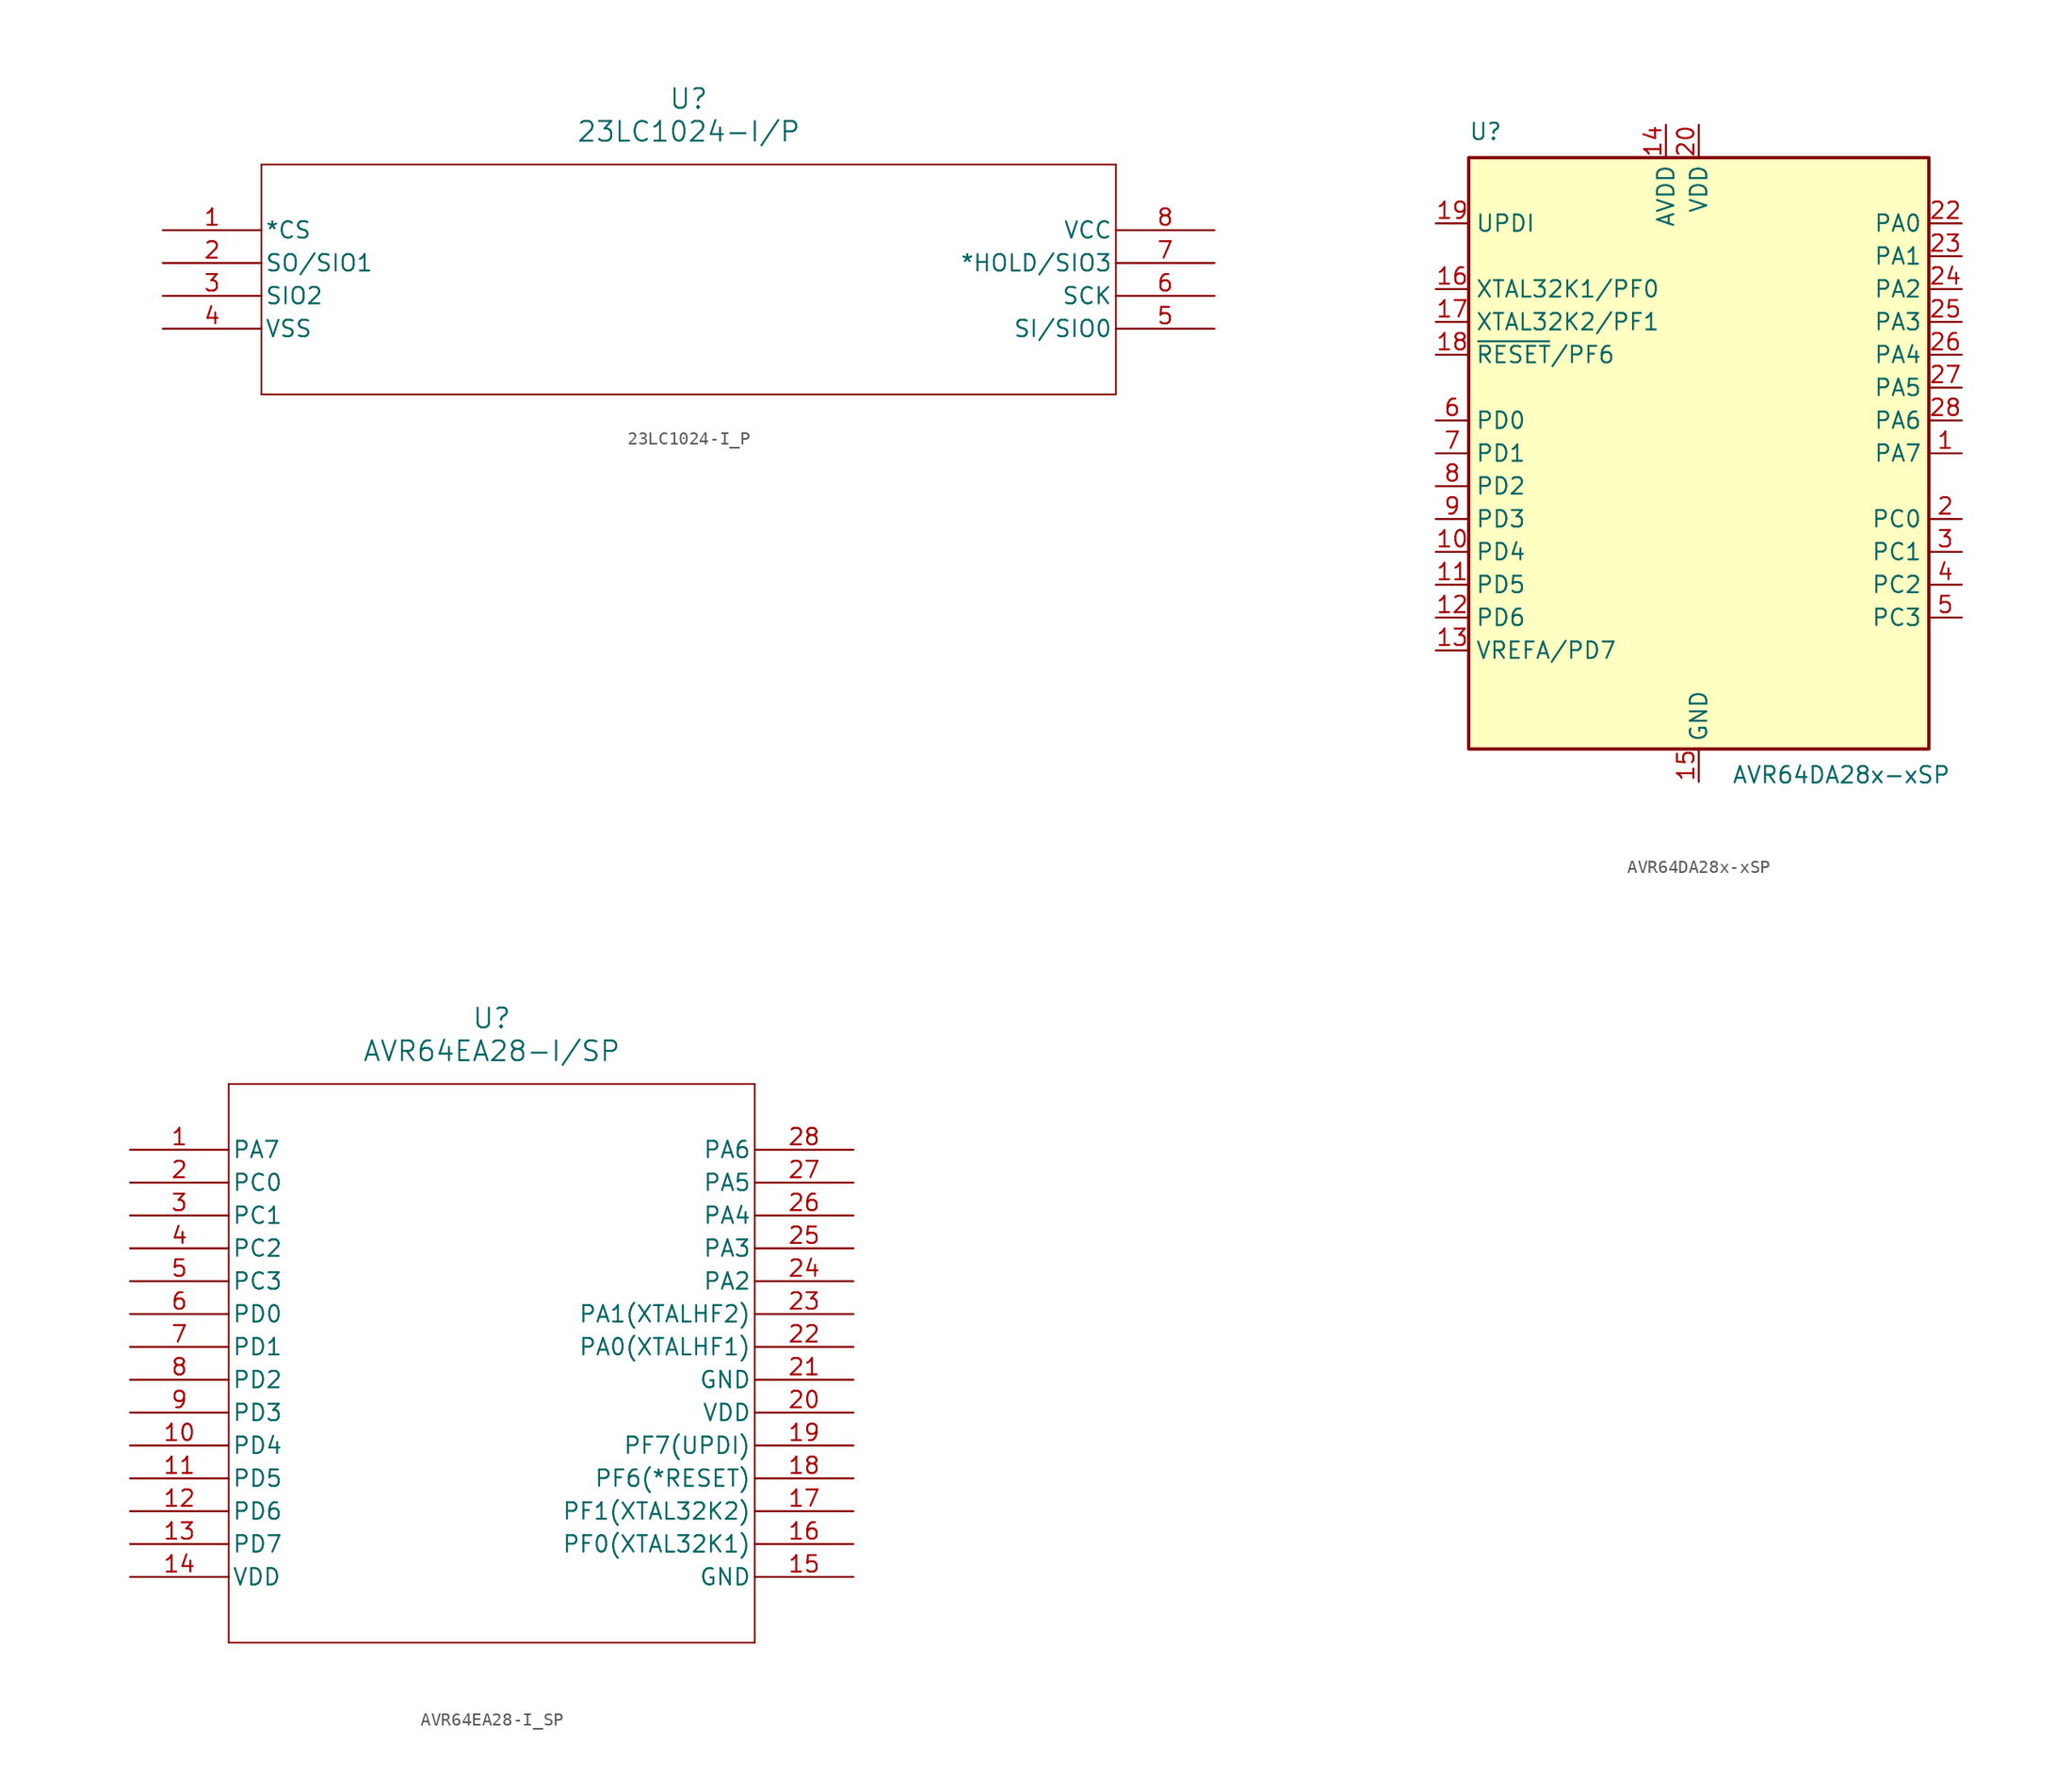
<source format=kicad_sym>
(kicad_symbol_lib
  (version 20220914)
  (generator kicad_symbol_editor)
  (symbol "23LC1024-I_P"
    (pin_names
      (offset 0.254))
    (property "Reference" "U"
      (at 40.64 10.16 0)
      (effects (font (size 1.524 1.524))))
    (property "Value" "23LC1024-I/P"
      (at 40.64 7.62 0)
      (effects (font (size 1.524 1.524))))
    (property "ki_locked" ""
      (at 0 0 0)
      (effects (font (size 1.27 1.27))))
    (symbol "23LC1024-I_P_0_1"
      (polyline (pts (xy 7.62 -12.7) (xy 73.66 -12.7)) (stroke (width 0.127) (type default)) (fill (type none)))
      (polyline (pts (xy 7.62 5.08) (xy 7.62 -12.7)) (stroke (width 0.127) (type default)) (fill (type none)))
      (polyline (pts (xy 73.66 -12.7) (xy 73.66 5.08)) (stroke (width 0.127) (type default)) (fill (type none)))
      (polyline (pts (xy 73.66 5.08) (xy 7.62 5.08)) (stroke (width 0.127) (type default)) (fill (type none)))
      (pin input line (at 0 0 0) (length 7.62) (name "*CS" (effects (font (size 1.27 1.27)))) (number "1" (effects (font (size 1.27 1.27)))))
      (pin bidirectional line (at 0 -2.54 0) (length 7.62) (name "SO/SIO1" (effects (font (size 1.27 1.27)))) (number "2" (effects (font (size 1.27 1.27)))))
      (pin bidirectional line (at 0 -5.08 0) (length 7.62) (name "SIO2" (effects (font (size 1.27 1.27)))) (number "3" (effects (font (size 1.27 1.27)))))
      (pin power_in line (at 0 -7.62 0) (length 7.62) (name "VSS" (effects (font (size 1.27 1.27)))) (number "4" (effects (font (size 1.27 1.27)))))
      (pin bidirectional line (at 81.28 -7.62 180) (length 7.62) (name "SI/SIO0" (effects (font (size 1.27 1.27)))) (number "5" (effects (font (size 1.27 1.27)))))
      (pin unspecified line (at 81.28 -5.08 180) (length 7.62) (name "SCK" (effects (font (size 1.27 1.27)))) (number "6" (effects (font (size 1.27 1.27)))))
      (pin bidirectional line (at 81.28 -2.54 180) (length 7.62) (name "*HOLD/SIO3" (effects (font (size 1.27 1.27)))) (number "7" (effects (font (size 1.27 1.27)))))
      (pin power_in line (at 81.28 0 180) (length 7.62) (name "VCC" (effects (font (size 1.27 1.27)))) (number "8" (effects (font (size 1.27 1.27)))))))
  (symbol "AVR64DA28x-xSP"
    (property "Reference" "U"
      (at -17.78 24.13 0)
      (effects (font (size 1.27 1.27)) (justify left bottom)))
    (property "Value" "AVR64DA28x-xSP"
      (at 2.54 -24.13 0)
      (effects (font (size 1.27 1.27)) (justify left top)))
    (symbol "AVR64DA28x-xSP_0_1"
      (rectangle (start -17.78 22.86) (end 17.78 -22.86) (stroke (width 0.254) (type default)) (fill (type background))))
    (symbol "AVR64DA28x-xSP_1_1"
      (pin bidirectional line (at 20.32 0 180) (length 2.54) (name "PA7" (effects (font (size 1.27 1.27)))) (number "1" (effects (font (size 1.27 1.27)))))
      (pin bidirectional line (at -20.32 -7.62 0) (length 2.54) (name "PD4" (effects (font (size 1.27 1.27)))) (number "10" (effects (font (size 1.27 1.27)))))
      (pin bidirectional line (at -20.32 -10.16 0) (length 2.54) (name "PD5" (effects (font (size 1.27 1.27)))) (number "11" (effects (font (size 1.27 1.27)))))
      (pin bidirectional line (at -20.32 -12.7 0) (length 2.54) (name "PD6" (effects (font (size 1.27 1.27)))) (number "12" (effects (font (size 1.27 1.27)))))
      (pin bidirectional line (at -20.32 -15.24 0) (length 2.54) (name "VREFA/PD7" (effects (font (size 1.27 1.27)))) (number "13" (effects (font (size 1.27 1.27)))))
      (pin power_in line (at -2.54 25.4 270) (length 2.54) (name "AVDD" (effects (font (size 1.27 1.27)))) (number "14" (effects (font (size 1.27 1.27)))))
      (pin power_in line (at 0 -25.4 90) (length 2.54) (name "GND" (effects (font (size 1.27 1.27)))) (number "15" (effects (font (size 1.27 1.27)))))
      (pin bidirectional line (at -20.32 12.7 0) (length 2.54) (name "XTAL32K1/PF0" (effects (font (size 1.27 1.27)))) (number "16" (effects (font (size 1.27 1.27)))))
      (pin bidirectional line (at -20.32 10.16 0) (length 2.54) (name "XTAL32K2/PF1" (effects (font (size 1.27 1.27)))) (number "17" (effects (font (size 1.27 1.27)))))
      (pin bidirectional line (at -20.32 7.62 0) (length 2.54) (name "~{RESET}/PF6" (effects (font (size 1.27 1.27)))) (number "18" (effects (font (size 1.27 1.27)))))
      (pin input line (at -20.32 17.78 0) (length 2.54) (name "UPDI" (effects (font (size 1.27 1.27)))) (number "19" (effects (font (size 1.27 1.27)))))
      (pin bidirectional line (at 20.32 -5.08 180) (length 2.54) (name "PC0" (effects (font (size 1.27 1.27)))) (number "2" (effects (font (size 1.27 1.27)))))
      (pin power_in line (at 0 25.4 270) (length 2.54) (name "VDD" (effects (font (size 1.27 1.27)))) (number "20" (effects (font (size 1.27 1.27)))))
      (pin passive line (at 0 -25.4 90) (length 2.54) hide (name "GND" (effects (font (size 1.27 1.27)))) (number "21" (effects (font (size 1.27 1.27)))))
      (pin bidirectional line (at 20.32 17.78 180) (length 2.54) (name "PA0" (effects (font (size 1.27 1.27)))) (number "22" (effects (font (size 1.27 1.27)))))
      (pin bidirectional line (at 20.32 15.24 180) (length 2.54) (name "PA1" (effects (font (size 1.27 1.27)))) (number "23" (effects (font (size 1.27 1.27)))))
      (pin bidirectional line (at 20.32 12.7 180) (length 2.54) (name "PA2" (effects (font (size 1.27 1.27)))) (number "24" (effects (font (size 1.27 1.27)))))
      (pin bidirectional line (at 20.32 10.16 180) (length 2.54) (name "PA3" (effects (font (size 1.27 1.27)))) (number "25" (effects (font (size 1.27 1.27)))))
      (pin bidirectional line (at 20.32 7.62 180) (length 2.54) (name "PA4" (effects (font (size 1.27 1.27)))) (number "26" (effects (font (size 1.27 1.27)))))
      (pin bidirectional line (at 20.32 5.08 180) (length 2.54) (name "PA5" (effects (font (size 1.27 1.27)))) (number "27" (effects (font (size 1.27 1.27)))))
      (pin bidirectional line (at 20.32 2.54 180) (length 2.54) (name "PA6" (effects (font (size 1.27 1.27)))) (number "28" (effects (font (size 1.27 1.27)))))
      (pin bidirectional line (at 20.32 -7.62 180) (length 2.54) (name "PC1" (effects (font (size 1.27 1.27)))) (number "3" (effects (font (size 1.27 1.27)))))
      (pin bidirectional line (at 20.32 -10.16 180) (length 2.54) (name "PC2" (effects (font (size 1.27 1.27)))) (number "4" (effects (font (size 1.27 1.27)))))
      (pin bidirectional line (at 20.32 -12.7 180) (length 2.54) (name "PC3" (effects (font (size 1.27 1.27)))) (number "5" (effects (font (size 1.27 1.27)))))
      (pin bidirectional line (at -20.32 2.54 0) (length 2.54) (name "PD0" (effects (font (size 1.27 1.27)))) (number "6" (effects (font (size 1.27 1.27)))))
      (pin bidirectional line (at -20.32 0 0) (length 2.54) (name "PD1" (effects (font (size 1.27 1.27)))) (number "7" (effects (font (size 1.27 1.27)))))
      (pin bidirectional line (at -20.32 -2.54 0) (length 2.54) (name "PD2" (effects (font (size 1.27 1.27)))) (number "8" (effects (font (size 1.27 1.27)))))
      (pin bidirectional line (at -20.32 -5.08 0) (length 2.54) (name "PD3" (effects (font (size 1.27 1.27)))) (number "9" (effects (font (size 1.27 1.27)))))))
  (symbol "AVR64EA28-I_SP"
    (pin_names
      (offset 0.254))
    (property "Reference" "U"
      (at 27.94 10.16 0)
      (effects (font (size 1.524 1.524))))
    (property "Value" "AVR64EA28-I/SP"
      (at 27.94 7.62 0)
      (effects (font (size 1.524 1.524))))
    (property "ki_locked" ""
      (at 0 0 0)
      (effects (font (size 1.27 1.27))))
    (symbol "AVR64EA28-I_SP_0_1"
      (polyline (pts (xy 7.62 -38.1) (xy 48.26 -38.1)) (stroke (width 0.127) (type default)) (fill (type none)))
      (polyline (pts (xy 7.62 5.08) (xy 7.62 -38.1)) (stroke (width 0.127) (type default)) (fill (type none)))
      (polyline (pts (xy 48.26 -38.1) (xy 48.26 5.08)) (stroke (width 0.127) (type default)) (fill (type none)))
      (polyline (pts (xy 48.26 5.08) (xy 7.62 5.08)) (stroke (width 0.127) (type default)) (fill (type none)))
      (pin bidirectional line (at 0 0 0) (length 7.62) (name "PA7" (effects (font (size 1.27 1.27)))) (number "1" (effects (font (size 1.27 1.27)))))
      (pin bidirectional line (at 0 -22.86 0) (length 7.62) (name "PD4" (effects (font (size 1.27 1.27)))) (number "10" (effects (font (size 1.27 1.27)))))
      (pin bidirectional line (at 0 -25.4 0) (length 7.62) (name "PD5" (effects (font (size 1.27 1.27)))) (number "11" (effects (font (size 1.27 1.27)))))
      (pin bidirectional line (at 0 -27.94 0) (length 7.62) (name "PD6" (effects (font (size 1.27 1.27)))) (number "12" (effects (font (size 1.27 1.27)))))
      (pin bidirectional line (at 0 -30.48 0) (length 7.62) (name "PD7" (effects (font (size 1.27 1.27)))) (number "13" (effects (font (size 1.27 1.27)))))
      (pin power_in line (at 0 -33.02 0) (length 7.62) (name "VDD" (effects (font (size 1.27 1.27)))) (number "14" (effects (font (size 1.27 1.27)))))
      (pin power_out line (at 55.88 -33.02 180) (length 7.62) (name "GND" (effects (font (size 1.27 1.27)))) (number "15" (effects (font (size 1.27 1.27)))))
      (pin bidirectional line (at 55.88 -30.48 180) (length 7.62) (name "PF0(XTAL32K1)" (effects (font (size 1.27 1.27)))) (number "16" (effects (font (size 1.27 1.27)))))
      (pin bidirectional line (at 55.88 -27.94 180) (length 7.62) (name "PF1(XTAL32K2)" (effects (font (size 1.27 1.27)))) (number "17" (effects (font (size 1.27 1.27)))))
      (pin bidirectional line (at 55.88 -25.4 180) (length 7.62) (name "PF6(*RESET)" (effects (font (size 1.27 1.27)))) (number "18" (effects (font (size 1.27 1.27)))))
      (pin bidirectional line (at 55.88 -22.86 180) (length 7.62) (name "PF7(UPDI)" (effects (font (size 1.27 1.27)))) (number "19" (effects (font (size 1.27 1.27)))))
      (pin bidirectional line (at 0 -2.54 0) (length 7.62) (name "PC0" (effects (font (size 1.27 1.27)))) (number "2" (effects (font (size 1.27 1.27)))))
      (pin power_in line (at 55.88 -20.32 180) (length 7.62) (name "VDD" (effects (font (size 1.27 1.27)))) (number "20" (effects (font (size 1.27 1.27)))))
      (pin power_out line (at 55.88 -17.78 180) (length 7.62) (name "GND" (effects (font (size 1.27 1.27)))) (number "21" (effects (font (size 1.27 1.27)))))
      (pin bidirectional line (at 55.88 -15.24 180) (length 7.62) (name "PA0(XTALHF1)" (effects (font (size 1.27 1.27)))) (number "22" (effects (font (size 1.27 1.27)))))
      (pin bidirectional line (at 55.88 -12.7 180) (length 7.62) (name "PA1(XTALHF2)" (effects (font (size 1.27 1.27)))) (number "23" (effects (font (size 1.27 1.27)))))
      (pin bidirectional line (at 55.88 -10.16 180) (length 7.62) (name "PA2" (effects (font (size 1.27 1.27)))) (number "24" (effects (font (size 1.27 1.27)))))
      (pin bidirectional line (at 55.88 -7.62 180) (length 7.62) (name "PA3" (effects (font (size 1.27 1.27)))) (number "25" (effects (font (size 1.27 1.27)))))
      (pin bidirectional line (at 55.88 -5.08 180) (length 7.62) (name "PA4" (effects (font (size 1.27 1.27)))) (number "26" (effects (font (size 1.27 1.27)))))
      (pin bidirectional line (at 55.88 -2.54 180) (length 7.62) (name "PA5" (effects (font (size 1.27 1.27)))) (number "27" (effects (font (size 1.27 1.27)))))
      (pin bidirectional line (at 55.88 0 180) (length 7.62) (name "PA6" (effects (font (size 1.27 1.27)))) (number "28" (effects (font (size 1.27 1.27)))))
      (pin bidirectional line (at 0 -5.08 0) (length 7.62) (name "PC1" (effects (font (size 1.27 1.27)))) (number "3" (effects (font (size 1.27 1.27)))))
      (pin bidirectional line (at 0 -7.62 0) (length 7.62) (name "PC2" (effects (font (size 1.27 1.27)))) (number "4" (effects (font (size 1.27 1.27)))))
      (pin bidirectional line (at 0 -10.16 0) (length 7.62) (name "PC3" (effects (font (size 1.27 1.27)))) (number "5" (effects (font (size 1.27 1.27)))))
      (pin bidirectional line (at 0 -12.7 0) (length 7.62) (name "PD0" (effects (font (size 1.27 1.27)))) (number "6" (effects (font (size 1.27 1.27)))))
      (pin bidirectional line (at 0 -15.24 0) (length 7.62) (name "PD1" (effects (font (size 1.27 1.27)))) (number "7" (effects (font (size 1.27 1.27)))))
      (pin bidirectional line (at 0 -17.78 0) (length 7.62) (name "PD2" (effects (font (size 1.27 1.27)))) (number "8" (effects (font (size 1.27 1.27)))))
      (pin bidirectional line (at 0 -20.32 0) (length 7.62) (name "PD3" (effects (font (size 1.27 1.27)))) (number "9" (effects (font (size 1.27 1.27))))))))
</source>
